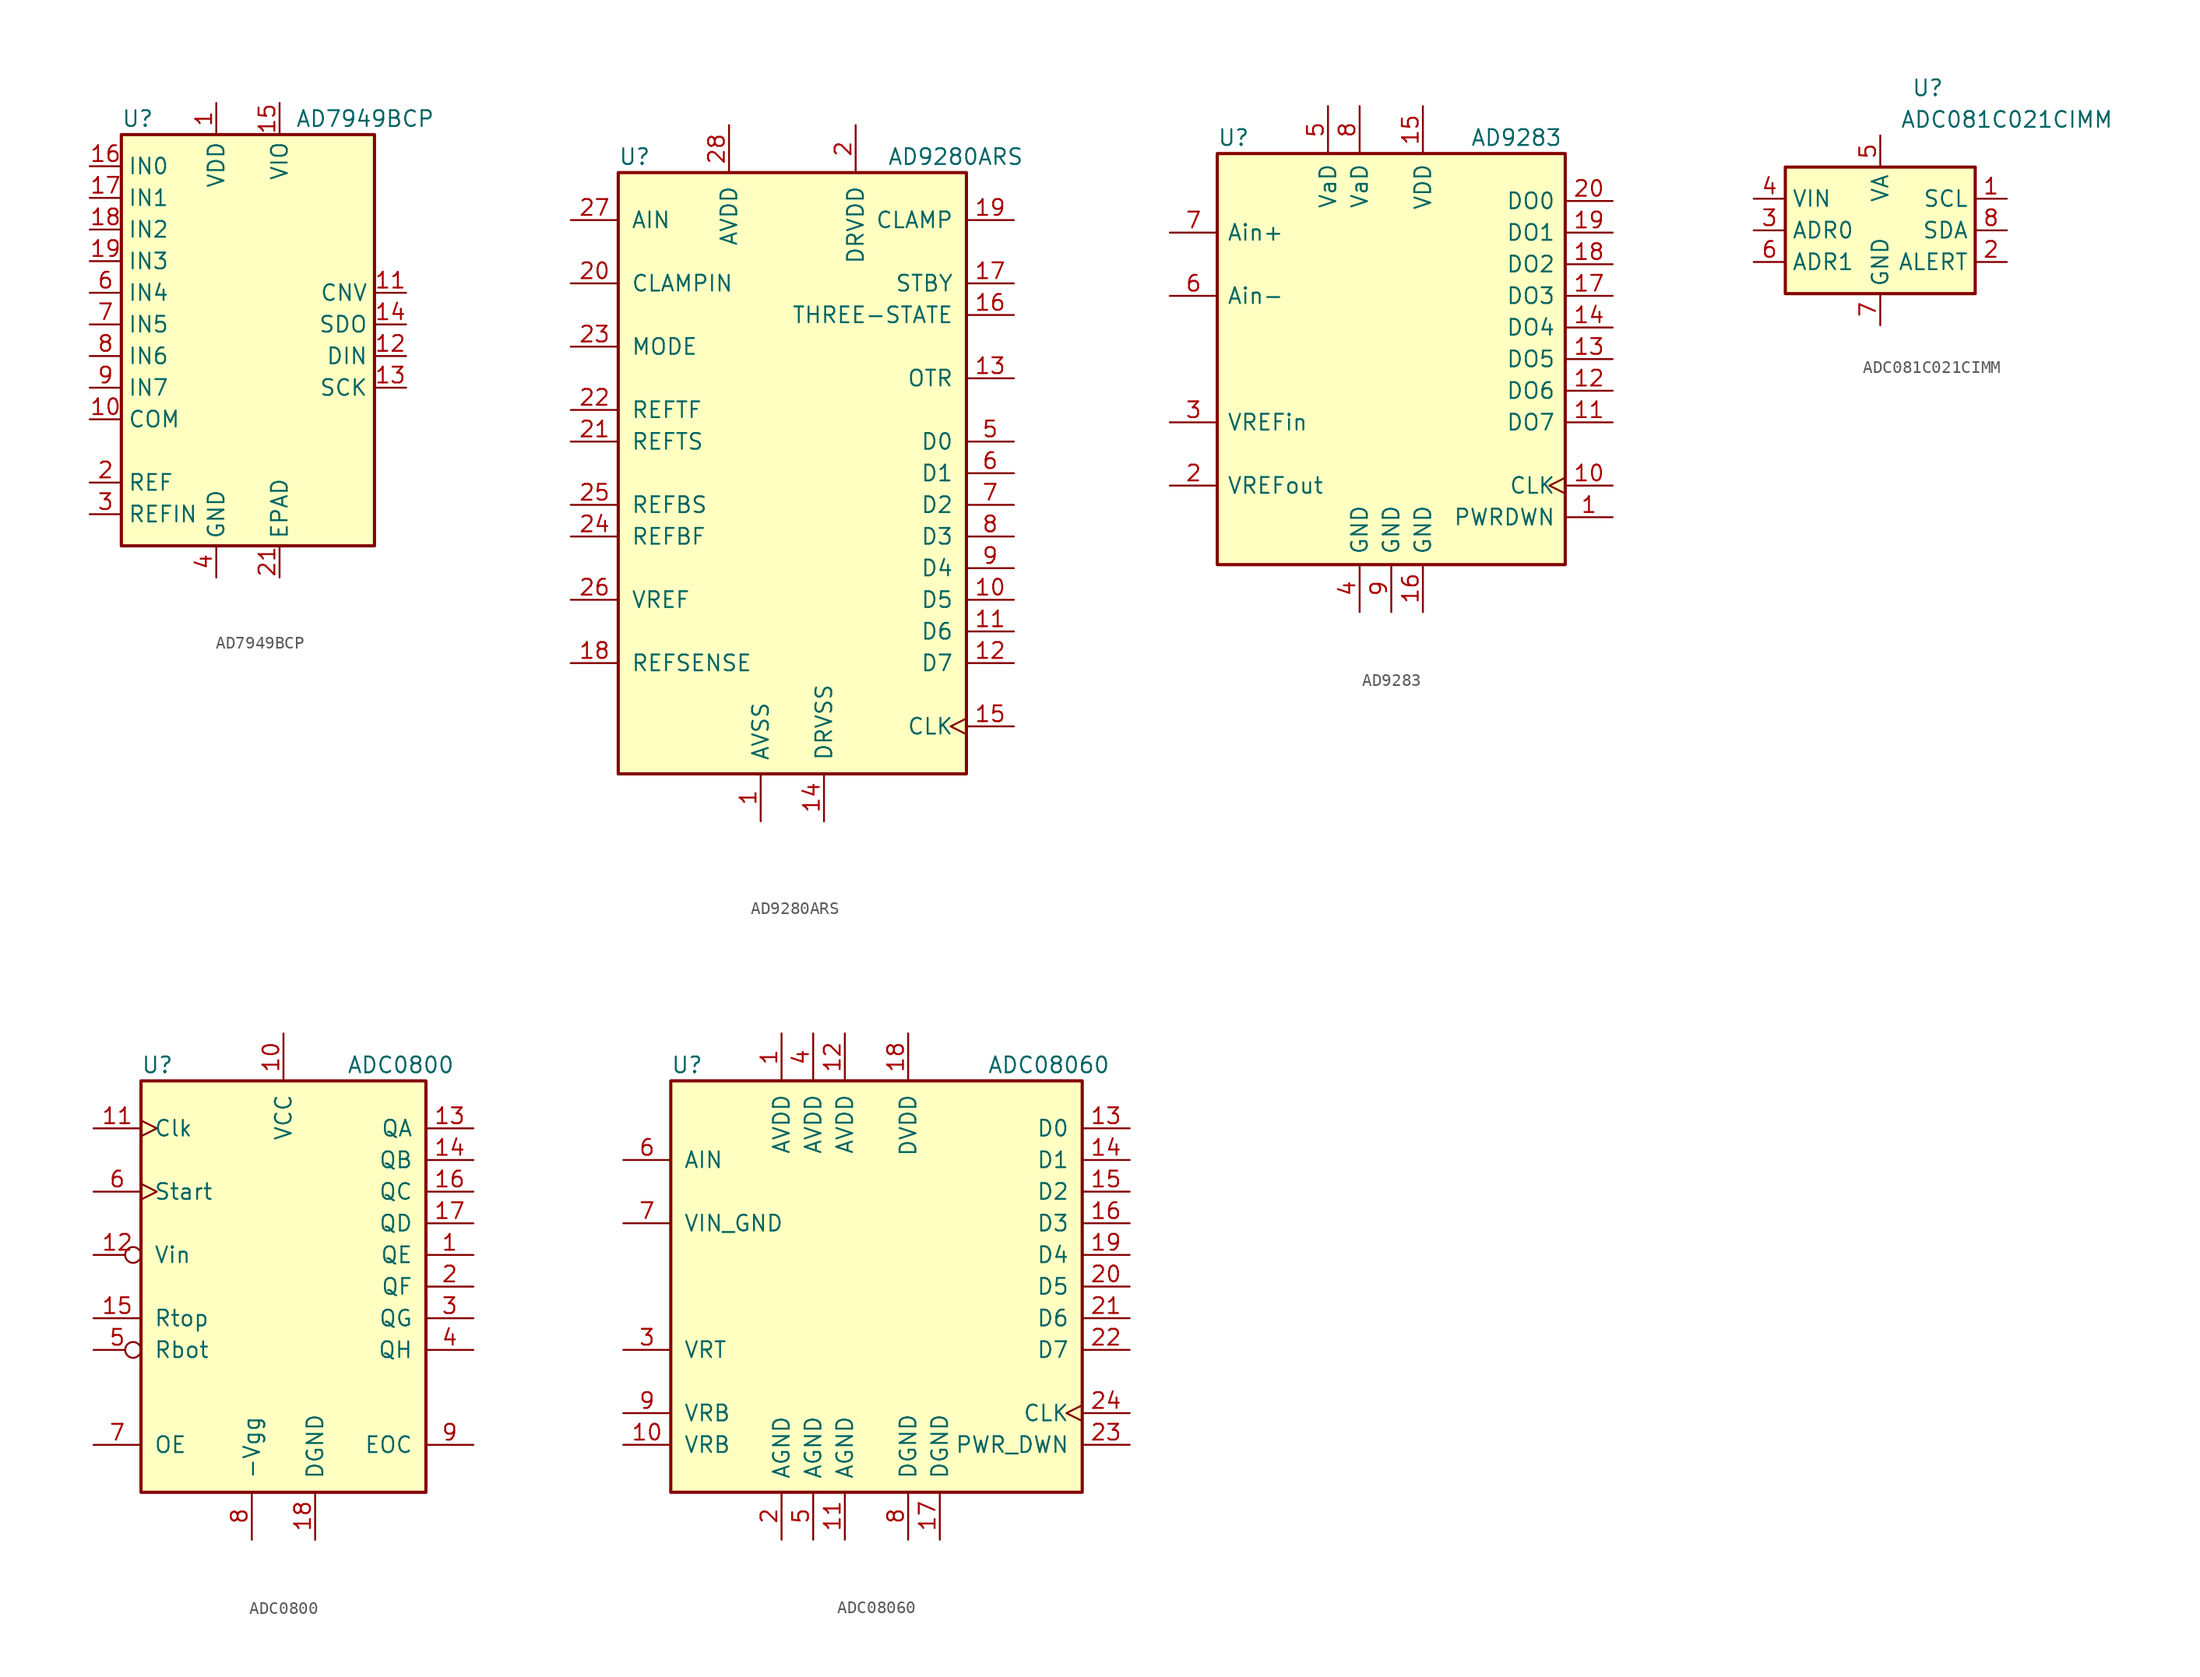
<source format=kicad_sym>
(kicad_symbol_lib
  (version 20241209)
  (generator "kicad_symbol_editor")
  (generator_version "9.0")
  (symbol "AD7949BCP"
    (property "Reference" "U"
      (at -10.16 16.51 0)
      (effects (font (size 1.27 1.27)) (justify left)))
    (property "Value" "AD7949BCP"
      (at 3.81 16.51 0)
      (effects (font (size 1.27 1.27)) (justify left)))
    (symbol "AD7949BCP_0_1"
      (rectangle (start -10.16 15.24) (end 10.16 -17.78) (stroke (width 0.254) (type default)) (fill (type background))))
    (symbol "AD7949BCP_1_1"
      (pin input line (at -12.7 12.7 0) (length 2.54) (name "IN0" (effects (font (size 1.27 1.27)))) (number "16" (effects (font (size 1.27 1.27)))))
      (pin input line (at -12.7 10.16 0) (length 2.54) (name "IN1" (effects (font (size 1.27 1.27)))) (number "17" (effects (font (size 1.27 1.27)))))
      (pin input line (at -12.7 7.62 0) (length 2.54) (name "IN2" (effects (font (size 1.27 1.27)))) (number "18" (effects (font (size 1.27 1.27)))))
      (pin input line (at -12.7 5.08 0) (length 2.54) (name "IN3" (effects (font (size 1.27 1.27)))) (number "19" (effects (font (size 1.27 1.27)))))
      (pin input line (at -12.7 2.54 0) (length 2.54) (name "IN4" (effects (font (size 1.27 1.27)))) (number "6" (effects (font (size 1.27 1.27)))))
      (pin input line (at -12.7 0 0) (length 2.54) (name "IN5" (effects (font (size 1.27 1.27)))) (number "7" (effects (font (size 1.27 1.27)))))
      (pin input line (at -12.7 -2.54 0) (length 2.54) (name "IN6" (effects (font (size 1.27 1.27)))) (number "8" (effects (font (size 1.27 1.27)))))
      (pin input line (at -12.7 -5.08 0) (length 2.54) (name "IN7" (effects (font (size 1.27 1.27)))) (number "9" (effects (font (size 1.27 1.27)))))
      (pin input line (at -12.7 -7.62 0) (length 2.54) (name "COM" (effects (font (size 1.27 1.27)))) (number "10" (effects (font (size 1.27 1.27)))))
      (pin passive line (at -12.7 -12.7 0) (length 2.54) (name "REF" (effects (font (size 1.27 1.27)))) (number "2" (effects (font (size 1.27 1.27)))))
      (pin passive line (at -12.7 -15.24 0) (length 2.54) (name "REFIN" (effects (font (size 1.27 1.27)))) (number "3" (effects (font (size 1.27 1.27)))))
      (pin power_in line (at -2.54 17.78 270) (length 2.54) (name "VDD" (effects (font (size 1.27 1.27)))) (number "1" (effects (font (size 1.27 1.27)))))
      (pin passive line (at -2.54 17.78 270) (length 2.54) (hide yes) (name "VDD" (effects (font (size 1.27 1.27)))) (number "20" (effects (font (size 1.27 1.27)))))
      (pin power_in line (at -2.54 -20.32 90) (length 2.54) (name "GND" (effects (font (size 1.27 1.27)))) (number "4" (effects (font (size 1.27 1.27)))))
      (pin passive line (at -2.54 -20.32 90) (length 2.54) (hide yes) (name "GND" (effects (font (size 1.27 1.27)))) (number "5" (effects (font (size 1.27 1.27)))))
      (pin power_in line (at 2.54 17.78 270) (length 2.54) (name "VIO" (effects (font (size 1.27 1.27)))) (number "15" (effects (font (size 1.27 1.27)))))
      (pin power_in line (at 2.54 -20.32 90) (length 2.54) (name "EPAD" (effects (font (size 1.27 1.27)))) (number "21" (effects (font (size 1.27 1.27)))))
      (pin input line (at 12.7 2.54 180) (length 2.54) (name "CNV" (effects (font (size 1.27 1.27)))) (number "11" (effects (font (size 1.27 1.27)))))
      (pin output line (at 12.7 0 180) (length 2.54) (name "SDO" (effects (font (size 1.27 1.27)))) (number "14" (effects (font (size 1.27 1.27)))))
      (pin input line (at 12.7 -2.54 180) (length 2.54) (name "DIN" (effects (font (size 1.27 1.27)))) (number "12" (effects (font (size 1.27 1.27)))))
      (pin input line (at 12.7 -5.08 180) (length 2.54) (name "SCK" (effects (font (size 1.27 1.27)))) (number "13" (effects (font (size 1.27 1.27)))))))
  (symbol "AD9280ARS"
    (pin_names
      (offset 1.016))
    (property "Reference" "U"
      (at -13.97 25.4 0)
      (effects (font (size 1.27 1.27)) (justify left)))
    (property "Value" "AD9280ARS"
      (at 7.62 25.4 0)
      (effects (font (size 1.27 1.27)) (justify left)))
    (symbol "AD9280ARS_0_1"
      (rectangle (start -13.97 24.13) (end 13.97 -24.13) (stroke (width 0.254) (type default)) (fill (type background))))
    (symbol "AD9280ARS_1_1"
      (pin input line (at -17.78 20.32 0) (length 3.81) (name "AIN" (effects (font (size 1.27 1.27)))) (number "27" (effects (font (size 1.27 1.27)))))
      (pin input line (at -17.78 15.24 0) (length 3.81) (name "CLAMPIN" (effects (font (size 1.27 1.27)))) (number "20" (effects (font (size 1.27 1.27)))))
      (pin input line (at -17.78 10.16 0) (length 3.81) (name "MODE" (effects (font (size 1.27 1.27)))) (number "23" (effects (font (size 1.27 1.27)))))
      (pin input line (at -17.78 5.08 0) (length 3.81) (name "REFTF" (effects (font (size 1.27 1.27)))) (number "22" (effects (font (size 1.27 1.27)))))
      (pin input line (at -17.78 2.54 0) (length 3.81) (name "REFTS" (effects (font (size 1.27 1.27)))) (number "21" (effects (font (size 1.27 1.27)))))
      (pin input line (at -17.78 -2.54 0) (length 3.81) (name "REFBS" (effects (font (size 1.27 1.27)))) (number "25" (effects (font (size 1.27 1.27)))))
      (pin input line (at -17.78 -5.08 0) (length 3.81) (name "REFBF" (effects (font (size 1.27 1.27)))) (number "24" (effects (font (size 1.27 1.27)))))
      (pin output line (at -17.78 -10.16 0) (length 3.81) (name "VREF" (effects (font (size 1.27 1.27)))) (number "26" (effects (font (size 1.27 1.27)))))
      (pin input line (at -17.78 -15.24 0) (length 3.81) (name "REFSENSE" (effects (font (size 1.27 1.27)))) (number "18" (effects (font (size 1.27 1.27)))))
      (pin power_in line (at -5.08 27.94 270) (length 3.81) (name "AVDD" (effects (font (size 1.27 1.27)))) (number "28" (effects (font (size 1.27 1.27)))))
      (pin power_in line (at -2.54 -27.94 90) (length 3.81) (name "AVSS" (effects (font (size 1.27 1.27)))) (number "1" (effects (font (size 1.27 1.27)))))
      (pin power_in line (at 2.54 -27.94 90) (length 3.81) (name "DRVSS" (effects (font (size 1.27 1.27)))) (number "14" (effects (font (size 1.27 1.27)))))
      (pin power_in line (at 5.08 27.94 270) (length 3.81) (name "DRVDD" (effects (font (size 1.27 1.27)))) (number "2" (effects (font (size 1.27 1.27)))))
      (pin passive line (at 17.78 20.32 180) (length 3.81) (name "CLAMP" (effects (font (size 1.27 1.27)))) (number "19" (effects (font (size 1.27 1.27)))))
      (pin passive line (at 17.78 15.24 180) (length 3.81) (name "STBY" (effects (font (size 1.27 1.27)))) (number "17" (effects (font (size 1.27 1.27)))))
      (pin input line (at 17.78 12.7 180) (length 3.81) (name "THREE-STATE" (effects (font (size 1.27 1.27)))) (number "16" (effects (font (size 1.27 1.27)))))
      (pin output line (at 17.78 7.62 180) (length 3.81) (name "OTR" (effects (font (size 1.27 1.27)))) (number "13" (effects (font (size 1.27 1.27)))))
      (pin output line (at 17.78 2.54 180) (length 3.81) (name "D0" (effects (font (size 1.27 1.27)))) (number "5" (effects (font (size 1.27 1.27)))))
      (pin output line (at 17.78 0 180) (length 3.81) (name "D1" (effects (font (size 1.27 1.27)))) (number "6" (effects (font (size 1.27 1.27)))))
      (pin output line (at 17.78 -2.54 180) (length 3.81) (name "D2" (effects (font (size 1.27 1.27)))) (number "7" (effects (font (size 1.27 1.27)))))
      (pin output line (at 17.78 -5.08 180) (length 3.81) (name "D3" (effects (font (size 1.27 1.27)))) (number "8" (effects (font (size 1.27 1.27)))))
      (pin output line (at 17.78 -7.62 180) (length 3.81) (name "D4" (effects (font (size 1.27 1.27)))) (number "9" (effects (font (size 1.27 1.27)))))
      (pin output line (at 17.78 -10.16 180) (length 3.81) (name "D5" (effects (font (size 1.27 1.27)))) (number "10" (effects (font (size 1.27 1.27)))))
      (pin output line (at 17.78 -12.7 180) (length 3.81) (name "D6" (effects (font (size 1.27 1.27)))) (number "11" (effects (font (size 1.27 1.27)))))
      (pin output line (at 17.78 -15.24 180) (length 3.81) (name "D7" (effects (font (size 1.27 1.27)))) (number "12" (effects (font (size 1.27 1.27)))))
      (pin input clock (at 17.78 -20.32 180) (length 3.81) (name "CLK" (effects (font (size 1.27 1.27)))) (number "15" (effects (font (size 1.27 1.27)))))))
  (symbol "AD9283"
    (pin_names
      (offset 0.762))
    (property "Reference" "U"
      (at -13.97 17.78 0)
      (effects (font (size 1.27 1.27)) (justify left)))
    (property "Value" "AD9283"
      (at 6.35 17.78 0)
      (effects (font (size 1.27 1.27)) (justify left)))
    (symbol "AD9283_0_1"
      (rectangle (start -13.97 16.51) (end 13.97 -16.51) (stroke (width 0.254) (type default)) (fill (type background))))
    (symbol "AD9283_1_1"
      (pin input line (at -17.78 10.16 0) (length 3.81) (name "Ain+" (effects (font (size 1.27 1.27)))) (number "7" (effects (font (size 1.27 1.27)))))
      (pin input line (at -17.78 5.08 0) (length 3.81) (name "Ain-" (effects (font (size 1.27 1.27)))) (number "6" (effects (font (size 1.27 1.27)))))
      (pin input line (at -17.78 -5.08 0) (length 3.81) (name "VREFin" (effects (font (size 1.27 1.27)))) (number "3" (effects (font (size 1.27 1.27)))))
      (pin input line (at -17.78 -10.16 0) (length 3.81) (name "VREFout" (effects (font (size 1.27 1.27)))) (number "2" (effects (font (size 1.27 1.27)))))
      (pin power_in line (at -5.08 20.32 270) (length 3.81) (name "VaD" (effects (font (size 1.27 1.27)))) (number "5" (effects (font (size 1.27 1.27)))))
      (pin power_in line (at -2.54 20.32 270) (length 3.81) (name "VaD" (effects (font (size 1.27 1.27)))) (number "8" (effects (font (size 1.27 1.27)))))
      (pin power_in line (at -2.54 -20.32 90) (length 3.81) (name "GND" (effects (font (size 1.27 1.27)))) (number "4" (effects (font (size 1.27 1.27)))))
      (pin power_in line (at 0 -20.32 90) (length 3.81) (name "GND" (effects (font (size 1.27 1.27)))) (number "9" (effects (font (size 1.27 1.27)))))
      (pin power_in line (at 2.54 20.32 270) (length 3.81) (name "VDD" (effects (font (size 1.27 1.27)))) (number "15" (effects (font (size 1.27 1.27)))))
      (pin power_in line (at 2.54 -20.32 90) (length 3.81) (name "GND" (effects (font (size 1.27 1.27)))) (number "16" (effects (font (size 1.27 1.27)))))
      (pin output line (at 17.78 12.7 180) (length 3.81) (name "DO0" (effects (font (size 1.27 1.27)))) (number "20" (effects (font (size 1.27 1.27)))))
      (pin output line (at 17.78 10.16 180) (length 3.81) (name "DO1" (effects (font (size 1.27 1.27)))) (number "19" (effects (font (size 1.27 1.27)))))
      (pin output line (at 17.78 7.62 180) (length 3.81) (name "DO2" (effects (font (size 1.27 1.27)))) (number "18" (effects (font (size 1.27 1.27)))))
      (pin output line (at 17.78 5.08 180) (length 3.81) (name "DO3" (effects (font (size 1.27 1.27)))) (number "17" (effects (font (size 1.27 1.27)))))
      (pin output line (at 17.78 2.54 180) (length 3.81) (name "DO4" (effects (font (size 1.27 1.27)))) (number "14" (effects (font (size 1.27 1.27)))))
      (pin output line (at 17.78 0 180) (length 3.81) (name "DO5" (effects (font (size 1.27 1.27)))) (number "13" (effects (font (size 1.27 1.27)))))
      (pin output line (at 17.78 -2.54 180) (length 3.81) (name "DO6" (effects (font (size 1.27 1.27)))) (number "12" (effects (font (size 1.27 1.27)))))
      (pin output line (at 17.78 -5.08 180) (length 3.81) (name "DO7" (effects (font (size 1.27 1.27)))) (number "11" (effects (font (size 1.27 1.27)))))
      (pin input clock (at 17.78 -10.16 180) (length 3.81) (name "CLK" (effects (font (size 1.27 1.27)))) (number "10" (effects (font (size 1.27 1.27)))))
      (pin input line (at 17.78 -12.7 180) (length 3.81) (name "PWRDWN" (effects (font (size 1.27 1.27)))) (number "1" (effects (font (size 1.27 1.27)))))))
  (symbol "ADC081C021CIMM"
    (property "Reference" "U"
      (at 3.81 11.43 0)
      (effects (font (size 1.27 1.27))))
    (property "Value" "ADC081C021CIMM"
      (at 10.16 8.89 0)
      (effects (font (size 1.27 1.27))))
    (symbol "ADC081C021CIMM_0_1"
      (rectangle (start -7.62 5.08) (end 7.62 -5.08) (stroke (width 0.254) (type default)) (fill (type background))))
    (symbol "ADC081C021CIMM_1_1"
      (pin input line (at -10.16 2.54 0) (length 2.54) (name "VIN" (effects (font (size 1.27 1.27)))) (number "4" (effects (font (size 1.27 1.27)))))
      (pin input line (at -10.16 0 0) (length 2.54) (name "ADR0" (effects (font (size 1.27 1.27)))) (number "3" (effects (font (size 1.27 1.27)))))
      (pin input line (at -10.16 -2.54 0) (length 2.54) (name "ADR1" (effects (font (size 1.27 1.27)))) (number "6" (effects (font (size 1.27 1.27)))))
      (pin power_in line (at 0 7.62 270) (length 2.54) (name "VA" (effects (font (size 1.27 1.27)))) (number "5" (effects (font (size 1.27 1.27)))))
      (pin power_in line (at 0 -7.62 90) (length 2.54) (name "GND" (effects (font (size 1.27 1.27)))) (number "7" (effects (font (size 1.27 1.27)))))
      (pin input line (at 10.16 2.54 180) (length 2.54) (name "SCL" (effects (font (size 1.27 1.27)))) (number "1" (effects (font (size 1.27 1.27)))))
      (pin bidirectional line (at 10.16 0 180) (length 2.54) (name "SDA" (effects (font (size 1.27 1.27)))) (number "8" (effects (font (size 1.27 1.27)))))
      (pin open_collector line (at 10.16 -2.54 180) (length 2.54) (name "ALERT" (effects (font (size 1.27 1.27)))) (number "2" (effects (font (size 1.27 1.27)))))))
  (symbol "ADC0800"
    (pin_names
      (offset 1.016))
    (property "Reference" "U"
      (at -11.43 17.78 0)
      (effects (font (size 1.27 1.27)) (justify left)))
    (property "Value" "ADC0800"
      (at 5.08 17.78 0)
      (effects (font (size 1.27 1.27)) (justify left)))
    (symbol "ADC0800_0_1"
      (rectangle (start -11.43 -16.51) (end 11.43 16.51) (stroke (width 0.254) (type default)) (fill (type background))))
    (symbol "ADC0800_1_1"
      (pin input clock (at -15.24 12.7 0) (length 3.81) (name "Clk" (effects (font (size 1.27 1.27)))) (number "11" (effects (font (size 1.27 1.27)))))
      (pin input clock (at -15.24 7.62 0) (length 3.81) (name "Start" (effects (font (size 1.27 1.27)))) (number "6" (effects (font (size 1.27 1.27)))))
      (pin input inverted (at -15.24 2.54 0) (length 3.81) (name "Vin" (effects (font (size 1.27 1.27)))) (number "12" (effects (font (size 1.27 1.27)))))
      (pin input line (at -15.24 -2.54 0) (length 3.81) (name "Rtop" (effects (font (size 1.27 1.27)))) (number "15" (effects (font (size 1.27 1.27)))))
      (pin input inverted (at -15.24 -5.08 0) (length 3.81) (name "Rbot" (effects (font (size 1.27 1.27)))) (number "5" (effects (font (size 1.27 1.27)))))
      (pin input line (at -15.24 -12.7 0) (length 3.81) (name "OE" (effects (font (size 1.27 1.27)))) (number "7" (effects (font (size 1.27 1.27)))))
      (pin power_in line (at -2.54 -20.32 90) (length 3.81) (name "-Vgg" (effects (font (size 1.27 1.27)))) (number "8" (effects (font (size 1.27 1.27)))))
      (pin power_in line (at 0 20.32 270) (length 3.81) (name "VCC" (effects (font (size 1.27 1.27)))) (number "10" (effects (font (size 1.27 1.27)))))
      (pin power_in line (at 2.54 -20.32 90) (length 3.81) (name "DGND" (effects (font (size 1.27 1.27)))) (number "18" (effects (font (size 1.27 1.27)))))
      (pin tri_state line (at 15.24 12.7 180) (length 3.81) (name "QA" (effects (font (size 1.27 1.27)))) (number "13" (effects (font (size 1.27 1.27)))))
      (pin tri_state line (at 15.24 10.16 180) (length 3.81) (name "QB" (effects (font (size 1.27 1.27)))) (number "14" (effects (font (size 1.27 1.27)))))
      (pin tri_state line (at 15.24 7.62 180) (length 3.81) (name "QC" (effects (font (size 1.27 1.27)))) (number "16" (effects (font (size 1.27 1.27)))))
      (pin tri_state line (at 15.24 5.08 180) (length 3.81) (name "QD" (effects (font (size 1.27 1.27)))) (number "17" (effects (font (size 1.27 1.27)))))
      (pin tri_state line (at 15.24 2.54 180) (length 3.81) (name "QE" (effects (font (size 1.27 1.27)))) (number "1" (effects (font (size 1.27 1.27)))))
      (pin tri_state line (at 15.24 0 180) (length 3.81) (name "QF" (effects (font (size 1.27 1.27)))) (number "2" (effects (font (size 1.27 1.27)))))
      (pin tri_state line (at 15.24 -2.54 180) (length 3.81) (name "QG" (effects (font (size 1.27 1.27)))) (number "3" (effects (font (size 1.27 1.27)))))
      (pin tri_state line (at 15.24 -5.08 180) (length 3.81) (name "QH" (effects (font (size 1.27 1.27)))) (number "4" (effects (font (size 1.27 1.27)))))
      (pin output line (at 15.24 -12.7 180) (length 3.81) (name "EOC" (effects (font (size 1.27 1.27)))) (number "9" (effects (font (size 1.27 1.27)))))))
  (symbol "ADC08060"
    (pin_names
      (offset 1.016))
    (property "Reference" "U"
      (at -16.51 17.78 0)
      (effects (font (size 1.27 1.27)) (justify left)))
    (property "Value" "ADC08060"
      (at 8.89 17.78 0)
      (effects (font (size 1.27 1.27)) (justify left)))
    (symbol "ADC08060_0_1"
      (rectangle (start -16.51 16.51) (end 16.51 -16.51) (stroke (width 0.254) (type default)) (fill (type background))))
    (symbol "ADC08060_1_1"
      (pin input line (at -20.32 10.16 0) (length 3.81) (name "AIN" (effects (font (size 1.27 1.27)))) (number "6" (effects (font (size 1.27 1.27)))))
      (pin input line (at -20.32 5.08 0) (length 3.81) (name "VIN_GND" (effects (font (size 1.27 1.27)))) (number "7" (effects (font (size 1.27 1.27)))))
      (pin input line (at -20.32 -5.08 0) (length 3.81) (name "VRT" (effects (font (size 1.27 1.27)))) (number "3" (effects (font (size 1.27 1.27)))))
      (pin input line (at -20.32 -10.16 0) (length 3.81) (name "VRB" (effects (font (size 1.27 1.27)))) (number "9" (effects (font (size 1.27 1.27)))))
      (pin input line (at -20.32 -12.7 0) (length 3.81) (name "VRB" (effects (font (size 1.27 1.27)))) (number "10" (effects (font (size 1.27 1.27)))))
      (pin power_in line (at -7.62 20.32 270) (length 3.81) (name "AVDD" (effects (font (size 1.27 1.27)))) (number "1" (effects (font (size 1.27 1.27)))))
      (pin power_in line (at -7.62 -20.32 90) (length 3.81) (name "AGND" (effects (font (size 1.27 1.27)))) (number "2" (effects (font (size 1.27 1.27)))))
      (pin power_in line (at -5.08 20.32 270) (length 3.81) (name "AVDD" (effects (font (size 1.27 1.27)))) (number "4" (effects (font (size 1.27 1.27)))))
      (pin power_in line (at -5.08 -20.32 90) (length 3.81) (name "AGND" (effects (font (size 1.27 1.27)))) (number "5" (effects (font (size 1.27 1.27)))))
      (pin power_in line (at -2.54 20.32 270) (length 3.81) (name "AVDD" (effects (font (size 1.27 1.27)))) (number "12" (effects (font (size 1.27 1.27)))))
      (pin power_in line (at -2.54 -20.32 90) (length 3.81) (name "AGND" (effects (font (size 1.27 1.27)))) (number "11" (effects (font (size 1.27 1.27)))))
      (pin power_in line (at 2.54 20.32 270) (length 3.81) (name "DVDD" (effects (font (size 1.27 1.27)))) (number "18" (effects (font (size 1.27 1.27)))))
      (pin power_in line (at 2.54 -20.32 90) (length 3.81) (name "DGND" (effects (font (size 1.27 1.27)))) (number "8" (effects (font (size 1.27 1.27)))))
      (pin power_in line (at 5.08 -20.32 90) (length 3.81) (name "DGND" (effects (font (size 1.27 1.27)))) (number "17" (effects (font (size 1.27 1.27)))))
      (pin tri_state line (at 20.32 12.7 180) (length 3.81) (name "D0" (effects (font (size 1.27 1.27)))) (number "13" (effects (font (size 1.27 1.27)))))
      (pin tri_state line (at 20.32 10.16 180) (length 3.81) (name "D1" (effects (font (size 1.27 1.27)))) (number "14" (effects (font (size 1.27 1.27)))))
      (pin tri_state line (at 20.32 7.62 180) (length 3.81) (name "D2" (effects (font (size 1.27 1.27)))) (number "15" (effects (font (size 1.27 1.27)))))
      (pin tri_state line (at 20.32 5.08 180) (length 3.81) (name "D3" (effects (font (size 1.27 1.27)))) (number "16" (effects (font (size 1.27 1.27)))))
      (pin tri_state line (at 20.32 2.54 180) (length 3.81) (name "D4" (effects (font (size 1.27 1.27)))) (number "19" (effects (font (size 1.27 1.27)))))
      (pin tri_state line (at 20.32 0 180) (length 3.81) (name "D5" (effects (font (size 1.27 1.27)))) (number "20" (effects (font (size 1.27 1.27)))))
      (pin tri_state line (at 20.32 -2.54 180) (length 3.81) (name "D6" (effects (font (size 1.27 1.27)))) (number "21" (effects (font (size 1.27 1.27)))))
      (pin tri_state line (at 20.32 -5.08 180) (length 3.81) (name "D7" (effects (font (size 1.27 1.27)))) (number "22" (effects (font (size 1.27 1.27)))))
      (pin input clock (at 20.32 -10.16 180) (length 3.81) (name "CLK" (effects (font (size 1.27 1.27)))) (number "24" (effects (font (size 1.27 1.27)))))
      (pin input line (at 20.32 -12.7 180) (length 3.81) (name "PWR_DWN" (effects (font (size 1.27 1.27)))) (number "23" (effects (font (size 1.27 1.27))))))))
</source>
